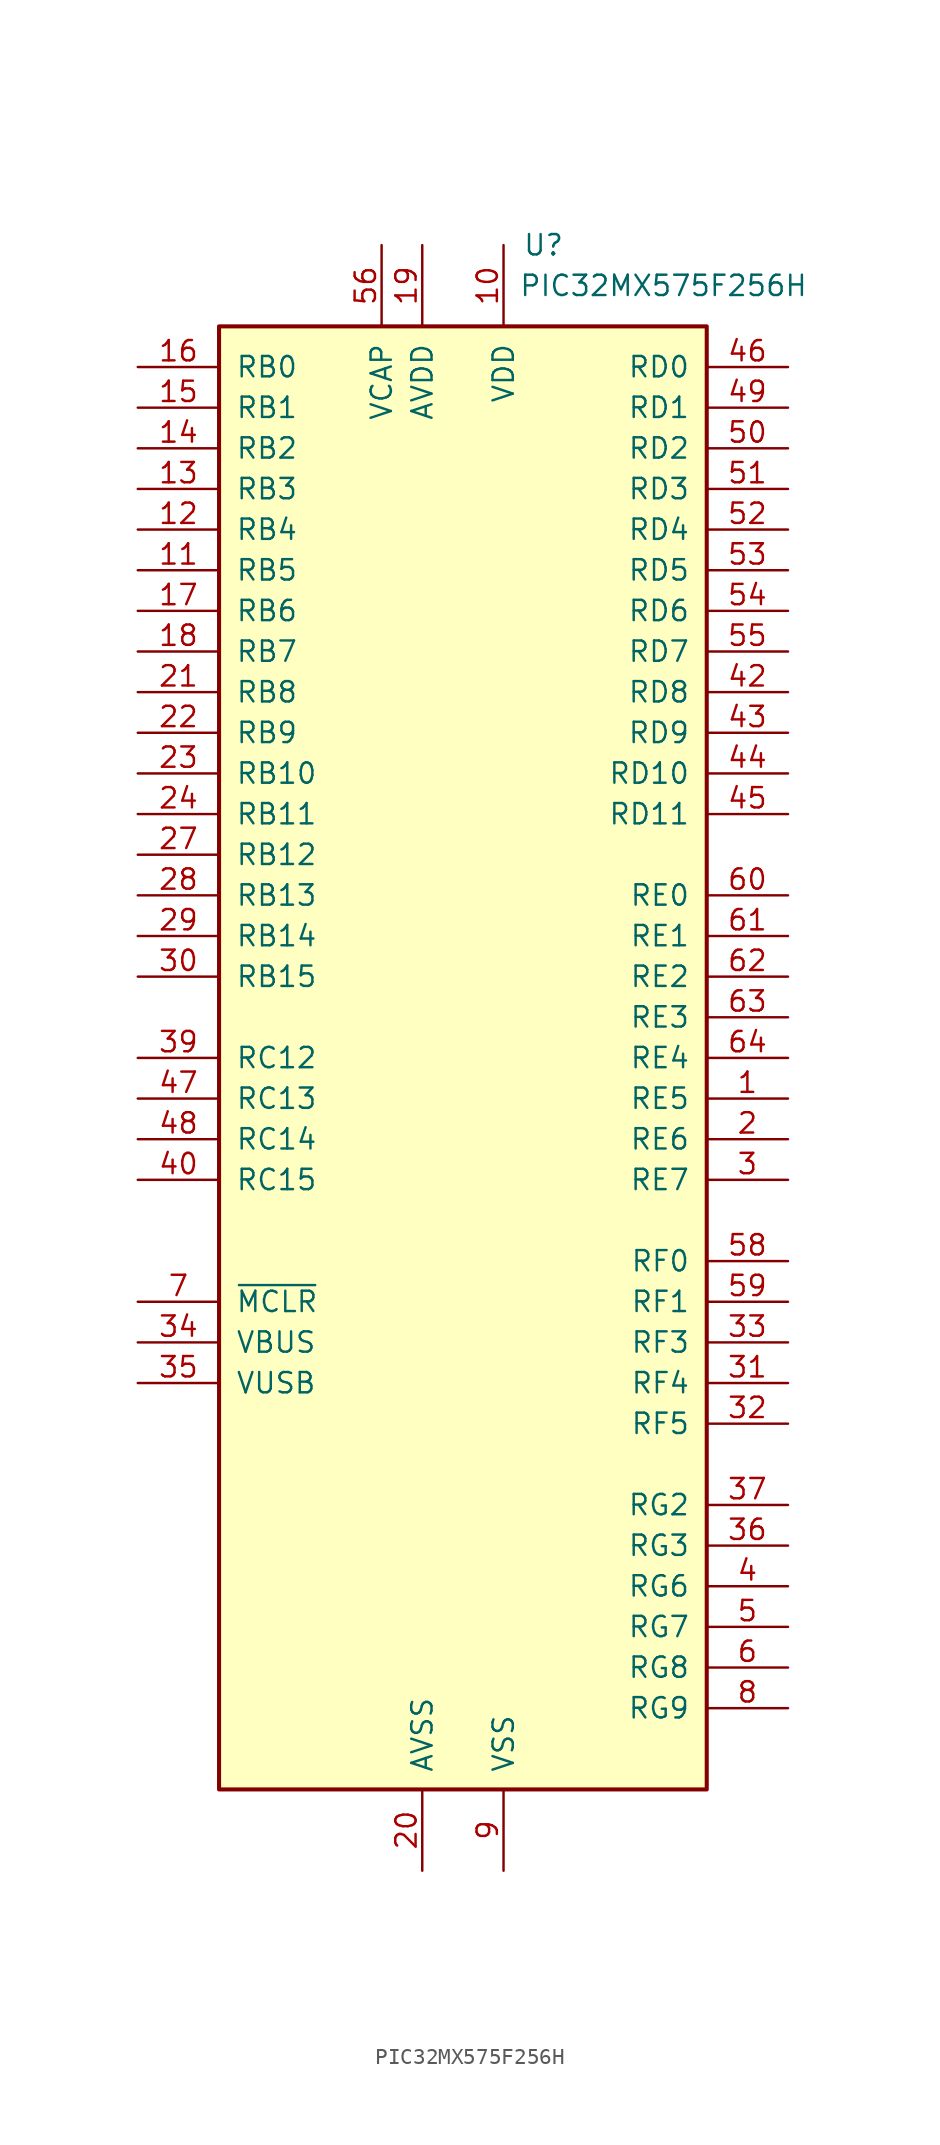
<source format=kicad_sym>
(kicad_symbol_lib
  (version 20211014)
  (generator kicad_symbol_editor)
  (symbol "PIC32MX575F256H"
    (pin_names
      (offset 1.016))
    (property "Reference" "U"
      (at 6.35 50.8 0)
      (effects (font (size 1.27 1.27)) (justify right)))
    (property "Value" "PIC32MX575F256H"
      (at 21.59 48.26 0)
      (effects (font (size 1.27 1.27)) (justify right)))
    (symbol "PIC32MX575F256H_0_1"
      (rectangle (start -15.24 45.72) (end 15.24 -45.72) (stroke (width 0.254) (type default) (color 0 0 0 0)) (fill (type background))))
    (symbol "PIC32MX575F256H_1_1"
      (pin bidirectional line (at 20.32 -2.54 180) (length 5.08) (name "RE5" (effects (font (size 1.27 1.27)))) (number "1" (effects (font (size 1.27 1.27)))))
      (pin power_in line (at 2.54 50.8 270) (length 5.08) (name "VDD" (effects (font (size 1.27 1.27)))) (number "10" (effects (font (size 1.27 1.27)))))
      (pin bidirectional line (at -20.32 30.48 0) (length 5.08) (name "RB5" (effects (font (size 1.27 1.27)))) (number "11" (effects (font (size 1.27 1.27)))))
      (pin bidirectional line (at -20.32 33.02 0) (length 5.08) (name "RB4" (effects (font (size 1.27 1.27)))) (number "12" (effects (font (size 1.27 1.27)))))
      (pin bidirectional line (at -20.32 35.56 0) (length 5.08) (name "RB3" (effects (font (size 1.27 1.27)))) (number "13" (effects (font (size 1.27 1.27)))))
      (pin bidirectional line (at -20.32 38.1 0) (length 5.08) (name "RB2" (effects (font (size 1.27 1.27)))) (number "14" (effects (font (size 1.27 1.27)))))
      (pin bidirectional line (at -20.32 40.64 0) (length 5.08) (name "RB1" (effects (font (size 1.27 1.27)))) (number "15" (effects (font (size 1.27 1.27)))))
      (pin bidirectional line (at -20.32 43.18 0) (length 5.08) (name "RB0" (effects (font (size 1.27 1.27)))) (number "16" (effects (font (size 1.27 1.27)))))
      (pin bidirectional line (at -20.32 27.94 0) (length 5.08) (name "RB6" (effects (font (size 1.27 1.27)))) (number "17" (effects (font (size 1.27 1.27)))))
      (pin bidirectional line (at -20.32 25.4 0) (length 5.08) (name "RB7" (effects (font (size 1.27 1.27)))) (number "18" (effects (font (size 1.27 1.27)))))
      (pin power_in line (at -2.54 50.8 270) (length 5.08) (name "AVDD" (effects (font (size 1.27 1.27)))) (number "19" (effects (font (size 1.27 1.27)))))
      (pin bidirectional line (at 20.32 -5.08 180) (length 5.08) (name "RE6" (effects (font (size 1.27 1.27)))) (number "2" (effects (font (size 1.27 1.27)))))
      (pin power_in line (at -2.54 -50.8 90) (length 5.08) (name "AVSS" (effects (font (size 1.27 1.27)))) (number "20" (effects (font (size 1.27 1.27)))))
      (pin bidirectional line (at -20.32 22.86 0) (length 5.08) (name "RB8" (effects (font (size 1.27 1.27)))) (number "21" (effects (font (size 1.27 1.27)))))
      (pin bidirectional line (at -20.32 20.32 0) (length 5.08) (name "RB9" (effects (font (size 1.27 1.27)))) (number "22" (effects (font (size 1.27 1.27)))))
      (pin bidirectional line (at -20.32 17.78 0) (length 5.08) (name "RB10" (effects (font (size 1.27 1.27)))) (number "23" (effects (font (size 1.27 1.27)))))
      (pin bidirectional line (at -20.32 15.24 0) (length 5.08) (name "RB11" (effects (font (size 1.27 1.27)))) (number "24" (effects (font (size 1.27 1.27)))))
      (pin passive line (at 2.54 -50.8 90) (length 5.08) hide (name "VSS" (effects (font (size 1.27 1.27)))) (number "25" (effects (font (size 1.27 1.27)))))
      (pin passive line (at 2.54 50.8 270) (length 5.08) hide (name "VDD" (effects (font (size 1.27 1.27)))) (number "26" (effects (font (size 1.27 1.27)))))
      (pin bidirectional line (at -20.32 12.7 0) (length 5.08) (name "RB12" (effects (font (size 1.27 1.27)))) (number "27" (effects (font (size 1.27 1.27)))))
      (pin bidirectional line (at -20.32 10.16 0) (length 5.08) (name "RB13" (effects (font (size 1.27 1.27)))) (number "28" (effects (font (size 1.27 1.27)))))
      (pin bidirectional line (at -20.32 7.62 0) (length 5.08) (name "RB14" (effects (font (size 1.27 1.27)))) (number "29" (effects (font (size 1.27 1.27)))))
      (pin bidirectional line (at 20.32 -7.62 180) (length 5.08) (name "RE7" (effects (font (size 1.27 1.27)))) (number "3" (effects (font (size 1.27 1.27)))))
      (pin bidirectional line (at -20.32 5.08 0) (length 5.08) (name "RB15" (effects (font (size 1.27 1.27)))) (number "30" (effects (font (size 1.27 1.27)))))
      (pin bidirectional line (at 20.32 -20.32 180) (length 5.08) (name "RF4" (effects (font (size 1.27 1.27)))) (number "31" (effects (font (size 1.27 1.27)))))
      (pin bidirectional line (at 20.32 -22.86 180) (length 5.08) (name "RF5" (effects (font (size 1.27 1.27)))) (number "32" (effects (font (size 1.27 1.27)))))
      (pin bidirectional line (at 20.32 -17.78 180) (length 5.08) (name "RF3" (effects (font (size 1.27 1.27)))) (number "33" (effects (font (size 1.27 1.27)))))
      (pin input line (at -20.32 -17.78 0) (length 5.08) (name "VBUS" (effects (font (size 1.27 1.27)))) (number "34" (effects (font (size 1.27 1.27)))))
      (pin power_in line (at -20.32 -20.32 0) (length 5.08) (name "VUSB" (effects (font (size 1.27 1.27)))) (number "35" (effects (font (size 1.27 1.27)))))
      (pin bidirectional line (at 20.32 -30.48 180) (length 5.08) (name "RG3" (effects (font (size 1.27 1.27)))) (number "36" (effects (font (size 1.27 1.27)))))
      (pin bidirectional line (at 20.32 -27.94 180) (length 5.08) (name "RG2" (effects (font (size 1.27 1.27)))) (number "37" (effects (font (size 1.27 1.27)))))
      (pin passive line (at 2.54 50.8 270) (length 5.08) hide (name "VDD" (effects (font (size 1.27 1.27)))) (number "38" (effects (font (size 1.27 1.27)))))
      (pin bidirectional line (at -20.32 0 0) (length 5.08) (name "RC12" (effects (font (size 1.27 1.27)))) (number "39" (effects (font (size 1.27 1.27)))))
      (pin bidirectional line (at 20.32 -33.02 180) (length 5.08) (name "RG6" (effects (font (size 1.27 1.27)))) (number "4" (effects (font (size 1.27 1.27)))))
      (pin bidirectional line (at -20.32 -7.62 0) (length 5.08) (name "RC15" (effects (font (size 1.27 1.27)))) (number "40" (effects (font (size 1.27 1.27)))))
      (pin passive line (at 2.54 -50.8 90) (length 5.08) hide (name "VSS" (effects (font (size 1.27 1.27)))) (number "41" (effects (font (size 1.27 1.27)))))
      (pin bidirectional line (at 20.32 22.86 180) (length 5.08) (name "RD8" (effects (font (size 1.27 1.27)))) (number "42" (effects (font (size 1.27 1.27)))))
      (pin bidirectional line (at 20.32 20.32 180) (length 5.08) (name "RD9" (effects (font (size 1.27 1.27)))) (number "43" (effects (font (size 1.27 1.27)))))
      (pin bidirectional line (at 20.32 17.78 180) (length 5.08) (name "RD10" (effects (font (size 1.27 1.27)))) (number "44" (effects (font (size 1.27 1.27)))))
      (pin bidirectional line (at 20.32 15.24 180) (length 5.08) (name "RD11" (effects (font (size 1.27 1.27)))) (number "45" (effects (font (size 1.27 1.27)))))
      (pin bidirectional line (at 20.32 43.18 180) (length 5.08) (name "RD0" (effects (font (size 1.27 1.27)))) (number "46" (effects (font (size 1.27 1.27)))))
      (pin bidirectional line (at -20.32 -2.54 0) (length 5.08) (name "RC13" (effects (font (size 1.27 1.27)))) (number "47" (effects (font (size 1.27 1.27)))))
      (pin bidirectional line (at -20.32 -5.08 0) (length 5.08) (name "RC14" (effects (font (size 1.27 1.27)))) (number "48" (effects (font (size 1.27 1.27)))))
      (pin bidirectional line (at 20.32 40.64 180) (length 5.08) (name "RD1" (effects (font (size 1.27 1.27)))) (number "49" (effects (font (size 1.27 1.27)))))
      (pin bidirectional line (at 20.32 -35.56 180) (length 5.08) (name "RG7" (effects (font (size 1.27 1.27)))) (number "5" (effects (font (size 1.27 1.27)))))
      (pin bidirectional line (at 20.32 38.1 180) (length 5.08) (name "RD2" (effects (font (size 1.27 1.27)))) (number "50" (effects (font (size 1.27 1.27)))))
      (pin bidirectional line (at 20.32 35.56 180) (length 5.08) (name "RD3" (effects (font (size 1.27 1.27)))) (number "51" (effects (font (size 1.27 1.27)))))
      (pin bidirectional line (at 20.32 33.02 180) (length 5.08) (name "RD4" (effects (font (size 1.27 1.27)))) (number "52" (effects (font (size 1.27 1.27)))))
      (pin bidirectional line (at 20.32 30.48 180) (length 5.08) (name "RD5" (effects (font (size 1.27 1.27)))) (number "53" (effects (font (size 1.27 1.27)))))
      (pin bidirectional line (at 20.32 27.94 180) (length 5.08) (name "RD6" (effects (font (size 1.27 1.27)))) (number "54" (effects (font (size 1.27 1.27)))))
      (pin bidirectional line (at 20.32 25.4 180) (length 5.08) (name "RD7" (effects (font (size 1.27 1.27)))) (number "55" (effects (font (size 1.27 1.27)))))
      (pin power_out line (at -5.08 50.8 270) (length 5.08) (name "VCAP" (effects (font (size 1.27 1.27)))) (number "56" (effects (font (size 1.27 1.27)))))
      (pin passive line (at 2.54 50.8 270) (length 5.08) hide (name "VDD" (effects (font (size 1.27 1.27)))) (number "57" (effects (font (size 1.27 1.27)))))
      (pin bidirectional line (at 20.32 -12.7 180) (length 5.08) (name "RF0" (effects (font (size 1.27 1.27)))) (number "58" (effects (font (size 1.27 1.27)))))
      (pin bidirectional line (at 20.32 -15.24 180) (length 5.08) (name "RF1" (effects (font (size 1.27 1.27)))) (number "59" (effects (font (size 1.27 1.27)))))
      (pin bidirectional line (at 20.32 -38.1 180) (length 5.08) (name "RG8" (effects (font (size 1.27 1.27)))) (number "6" (effects (font (size 1.27 1.27)))))
      (pin bidirectional line (at 20.32 10.16 180) (length 5.08) (name "RE0" (effects (font (size 1.27 1.27)))) (number "60" (effects (font (size 1.27 1.27)))))
      (pin bidirectional line (at 20.32 7.62 180) (length 5.08) (name "RE1" (effects (font (size 1.27 1.27)))) (number "61" (effects (font (size 1.27 1.27)))))
      (pin bidirectional line (at 20.32 5.08 180) (length 5.08) (name "RE2" (effects (font (size 1.27 1.27)))) (number "62" (effects (font (size 1.27 1.27)))))
      (pin bidirectional line (at 20.32 2.54 180) (length 5.08) (name "RE3" (effects (font (size 1.27 1.27)))) (number "63" (effects (font (size 1.27 1.27)))))
      (pin bidirectional line (at 20.32 0 180) (length 5.08) (name "RE4" (effects (font (size 1.27 1.27)))) (number "64" (effects (font (size 1.27 1.27)))))
      (pin input line (at -20.32 -15.24 0) (length 5.08) (name "~{MCLR}" (effects (font (size 1.27 1.27)))) (number "7" (effects (font (size 1.27 1.27)))))
      (pin bidirectional line (at 20.32 -40.64 180) (length 5.08) (name "RG9" (effects (font (size 1.27 1.27)))) (number "8" (effects (font (size 1.27 1.27)))))
      (pin power_in line (at 2.54 -50.8 90) (length 5.08) (name "VSS" (effects (font (size 1.27 1.27)))) (number "9" (effects (font (size 1.27 1.27))))))))
</source>
